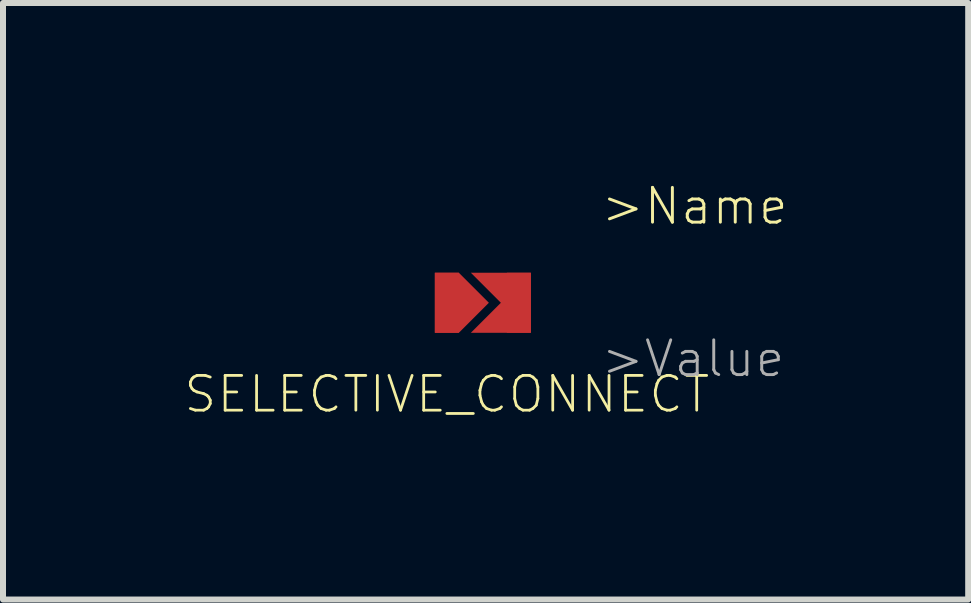
<source format=kicad_pcb>
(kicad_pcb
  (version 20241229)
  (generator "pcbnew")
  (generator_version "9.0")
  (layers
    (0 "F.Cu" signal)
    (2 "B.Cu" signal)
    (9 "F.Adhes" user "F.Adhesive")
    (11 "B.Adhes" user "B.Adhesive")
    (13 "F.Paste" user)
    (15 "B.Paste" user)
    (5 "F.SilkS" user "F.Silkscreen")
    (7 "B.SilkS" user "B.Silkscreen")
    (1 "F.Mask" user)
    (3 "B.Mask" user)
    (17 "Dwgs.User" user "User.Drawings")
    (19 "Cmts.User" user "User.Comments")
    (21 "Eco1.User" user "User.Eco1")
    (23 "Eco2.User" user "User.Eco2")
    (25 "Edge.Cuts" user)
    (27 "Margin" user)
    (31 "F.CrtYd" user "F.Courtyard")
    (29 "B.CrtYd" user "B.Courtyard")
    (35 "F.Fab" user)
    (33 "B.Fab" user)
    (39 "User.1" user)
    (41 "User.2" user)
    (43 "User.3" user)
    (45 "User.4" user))
  (footprint "SELECTIVE_CONNECT"
    (layer "F.Cu")
    (at 4.396 1.995)
    (property "Reference" "SELECTIVE_CONNECT" (at 0 1.524 0) (layer "F.SilkS") (effects (font (size 0.579 0.579) (thickness 0.046))))
    (attr through_hole)
    (fp_poly (pts (xy -0.2 -0.5) (xy -0.2 0.5) (xy 0.2 0.5) (xy 0.7 0) (xy 0.2 -0.5)) (stroke (width 0) (type solid)) (fill yes) (layer "F.Cu"))
    (fp_poly (pts (xy 0.4 -0.5) (xy 0.9 0) (xy 0.4 0.5) (xy 1.4 0.5) (xy 1.4 -0.5)) (stroke (width 0) (type solid)) (fill yes) (layer "F.Cu"))
    (fp_poly (pts (xy -0.2 -0.5) (xy -0.2 0.5) (xy 0.2 0.5) (xy 0.7 0) (xy 0.2 -0.5)) (stroke (width 0) (type solid)) (fill yes) (layer "F.Mask"))
    (fp_poly (pts (xy 0.4 -0.5) (xy 0.9 0) (xy 0.4 0.5) (xy 1.4 0.5) (xy 1.4 -0.5)) (stroke (width 0) (type solid)) (fill yes) (layer "F.Mask"))
    (fp_text user ">Name" (at 2.54 -1.27 0) (layer "F.SilkS") (effects (font (size 0.579 0.579) (thickness 0.049)) (justify left bottom)))
    (fp_text user ">Value" (at 2.54 1.27 0) (layer "F.Fab") (effects (font (size 0.579 0.579) (thickness 0.049)) (justify left bottom)))
    (pad "P$1" smd rect (at 0 0 90) (size 1 0.4) (layers "F.Cu" "F.Mask" "F.Paste"))
    (pad "P$2" smd rect (at 1.2 0 90) (size 1 0.4) (layers "F.Cu" "F.Mask" "F.Paste")))
  (gr_rect
    (start -3 -3)
    (end 13.083 6.94)
    (stroke (width 0.1) (type default))
    (fill no)
    (layer "Edge.Cuts")))
</source>
